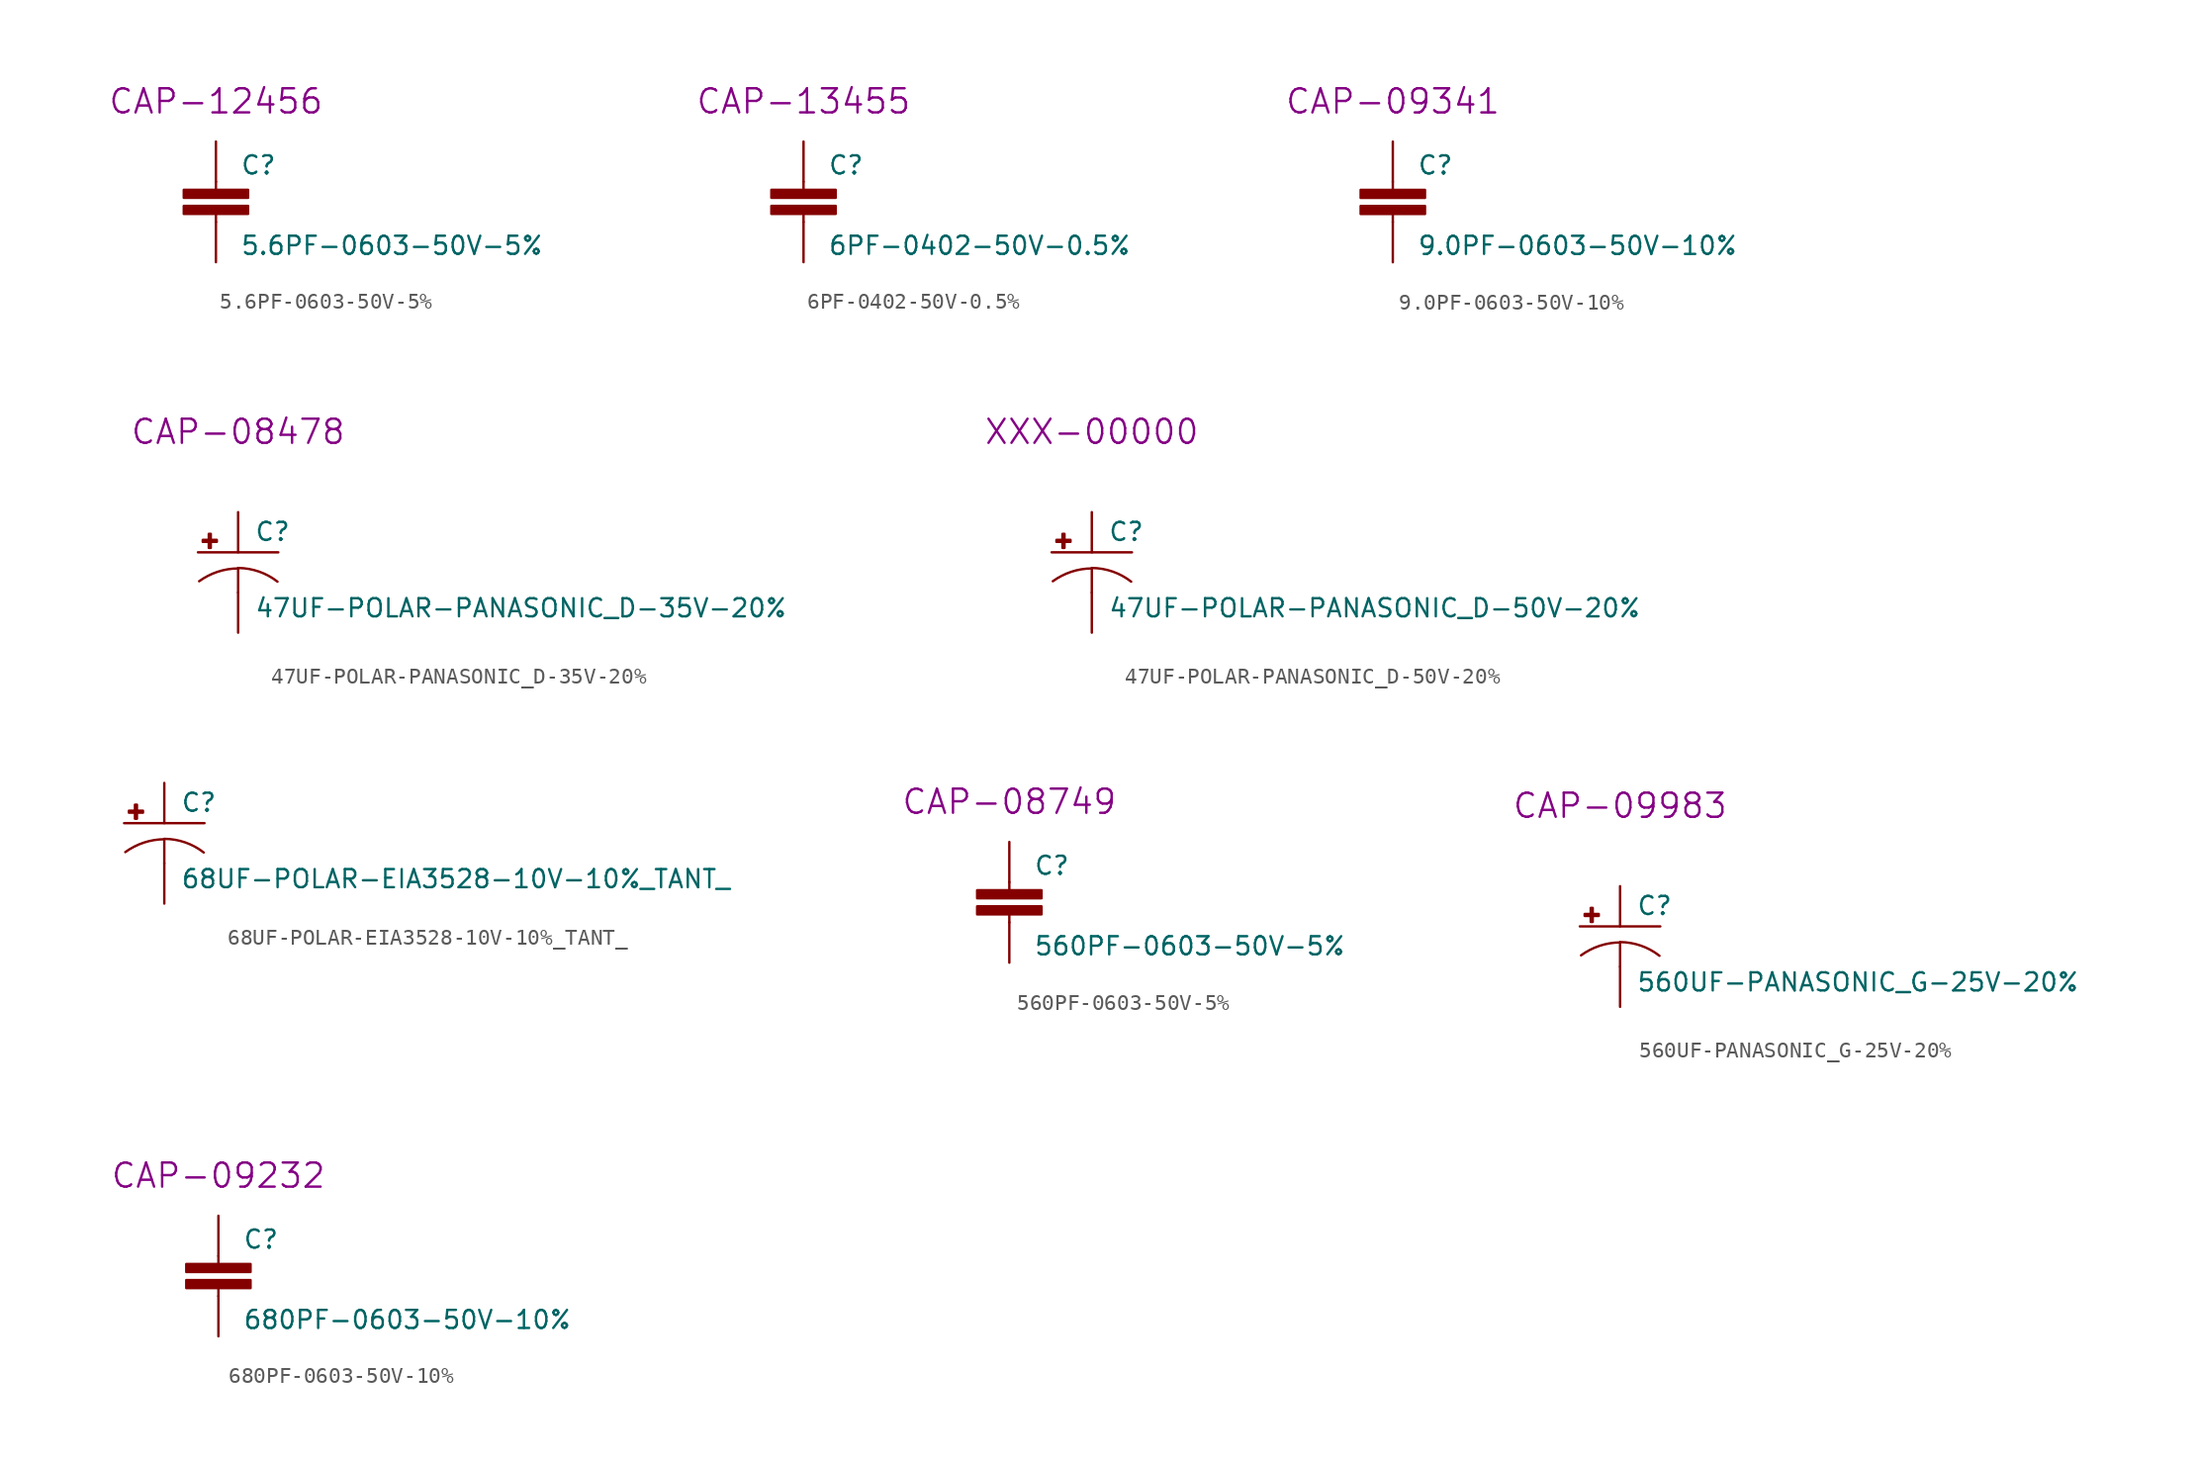
<source format=kicad_sym>
(kicad_symbol_lib
  (version 20211014)
  (generator kicad_symbol_editor)
  (symbol "5.6PF-0603-50V-5%"
    (pin_numbers hide)
    (pin_names
      (offset 1.016) hide)
    (property "Reference" "C"
      (at 1.524 2.921 0)
      (effects (font (size 1.143 1.143)) (justify left bottom)))
    (property "Value" "5.6PF-0603-50V-5%"
      (at 1.524 -2.159 0)
      (effects (font (size 1.143 1.143)) (justify left bottom)))
    (property "Field4" "CAP-12456"
      (at 0 7.62 0)
      (effects (font (size 1.524 1.524))))
    (property "ki_locked" ""
      (at 0 0 0)
      (effects (font (size 1.27 1.27))))
    (symbol "5.6PF-0603-50V-5%_1_0"
      (polyline (pts (xy 0 0) (xy 0 0.508)) (stroke (width 0) (type default) (color 0 0 0 0)) (fill (type none)))
      (polyline (pts (xy 0 2.54) (xy 0 2.032)) (stroke (width 0) (type default) (color 0 0 0 0)) (fill (type none))))
    (symbol "5.6PF-0603-50V-5%_1_1"
      (rectangle (start -2.032 0.508) (end 2.032 1.016) (stroke (width 0) (type default) (color 0 0 0 0)) (fill (type outline)))
      (rectangle (start -2.032 1.524) (end 2.032 2.032) (stroke (width 0) (type default) (color 0 0 0 0)) (fill (type outline)))
      (pin passive line (at 0 5.08 270) (length 2.54) (name "1" (effects (font (size 1.016 1.016)))) (number "1" (effects (font (size 1.016 1.016)))))
      (pin passive line (at 0 -2.54 90) (length 2.54) (name "2" (effects (font (size 1.016 1.016)))) (number "2" (effects (font (size 1.016 1.016)))))))
  (symbol "6PF-0402-50V-0.5%"
    (pin_numbers hide)
    (pin_names
      (offset 1.016) hide)
    (property "Reference" "C"
      (at 1.524 2.921 0)
      (effects (font (size 1.143 1.143)) (justify left bottom)))
    (property "Value" "6PF-0402-50V-0.5%"
      (at 1.524 -2.159 0)
      (effects (font (size 1.143 1.143)) (justify left bottom)))
    (property "Field4" "CAP-13455"
      (at 0 7.62 0)
      (effects (font (size 1.524 1.524))))
    (property "ki_locked" ""
      (at 0 0 0)
      (effects (font (size 1.27 1.27))))
    (symbol "6PF-0402-50V-0.5%_1_0"
      (polyline (pts (xy 0 0) (xy 0 0.508)) (stroke (width 0) (type default) (color 0 0 0 0)) (fill (type none)))
      (polyline (pts (xy 0 2.54) (xy 0 2.032)) (stroke (width 0) (type default) (color 0 0 0 0)) (fill (type none))))
    (symbol "6PF-0402-50V-0.5%_1_1"
      (rectangle (start -2.032 0.508) (end 2.032 1.016) (stroke (width 0) (type default) (color 0 0 0 0)) (fill (type outline)))
      (rectangle (start -2.032 1.524) (end 2.032 2.032) (stroke (width 0) (type default) (color 0 0 0 0)) (fill (type outline)))
      (pin passive line (at 0 5.08 270) (length 2.54) (name "1" (effects (font (size 1.016 1.016)))) (number "1" (effects (font (size 1.016 1.016)))))
      (pin passive line (at 0 -2.54 90) (length 2.54) (name "2" (effects (font (size 1.016 1.016)))) (number "2" (effects (font (size 1.016 1.016)))))))
  (symbol "9.0PF-0603-50V-10%"
    (pin_numbers hide)
    (pin_names
      (offset 1.016) hide)
    (property "Reference" "C"
      (at 1.524 2.921 0)
      (effects (font (size 1.143 1.143)) (justify left bottom)))
    (property "Value" "9.0PF-0603-50V-10%"
      (at 1.524 -2.159 0)
      (effects (font (size 1.143 1.143)) (justify left bottom)))
    (property "Field4" "CAP-09341"
      (at 0 7.62 0)
      (effects (font (size 1.524 1.524))))
    (property "ki_locked" ""
      (at 0 0 0)
      (effects (font (size 1.27 1.27))))
    (symbol "9.0PF-0603-50V-10%_1_0"
      (polyline (pts (xy 0 0) (xy 0 0.508)) (stroke (width 0) (type default) (color 0 0 0 0)) (fill (type none)))
      (polyline (pts (xy 0 2.54) (xy 0 2.032)) (stroke (width 0) (type default) (color 0 0 0 0)) (fill (type none))))
    (symbol "9.0PF-0603-50V-10%_1_1"
      (rectangle (start -2.032 0.508) (end 2.032 1.016) (stroke (width 0) (type default) (color 0 0 0 0)) (fill (type outline)))
      (rectangle (start -2.032 1.524) (end 2.032 2.032) (stroke (width 0) (type default) (color 0 0 0 0)) (fill (type outline)))
      (pin passive line (at 0 5.08 270) (length 2.54) (name "1" (effects (font (size 1.016 1.016)))) (number "1" (effects (font (size 1.016 1.016)))))
      (pin passive line (at 0 -2.54 90) (length 2.54) (name "2" (effects (font (size 1.016 1.016)))) (number "2" (effects (font (size 1.016 1.016)))))))
  (symbol "47UF-POLAR-PANASONIC_D-35V-20%"
    (pin_numbers hide)
    (pin_names
      (offset 1.016) hide)
    (property "Reference" "C"
      (at 1.016 0.635 0)
      (effects (font (size 1.143 1.143)) (justify left bottom)))
    (property "Value" "47UF-POLAR-PANASONIC_D-35V-20%"
      (at 1.016 -4.191 0)
      (effects (font (size 1.143 1.143)) (justify left bottom)))
    (property "Field4" "CAP-08478"
      (at 0 7.62 0)
      (effects (font (size 1.524 1.524))))
    (property "ki_locked" ""
      (at 0 0 0)
      (effects (font (size 1.27 1.27))))
    (symbol "47UF-POLAR-PANASONIC_D-35V-20%_1_0"
      (polyline (pts (xy -2.54 0) (xy 2.54 0)) (stroke (width 0) (type default) (color 0 0 0 0)) (fill (type none)))
      (polyline (pts (xy 0 -1.016) (xy 0 -2.54)) (stroke (width 0) (type default) (color 0 0 0 0)) (fill (type none))))
    (symbol "47UF-POLAR-PANASONIC_D-35V-20%_1_1"
      (rectangle (start -2.235 0.66) (end -1.346 0.787) (stroke (width 0) (type default) (color 0 0 0 0)) (fill (type outline)))
      (rectangle (start -1.854 0.279) (end -1.727 1.168) (stroke (width 0) (type default) (color 0 0 0 0)) (fill (type outline)))
      (arc (start 0 -1.016) (mid -1.2939 -1.2289) (end -2.4638 -1.8288) (stroke (width 0) (type default) (color 0 0 0 0)) (fill (type none)))
      (arc (start 2.4892 -1.8542) (mid 1.3167 -1.2157) (end 0 -0.9906) (stroke (width 0) (type default) (color 0 0 0 0)) (fill (type none)))
      (pin passive line (at 0 2.54 270) (length 2.54) (name "+" (effects (font (size 1.016 1.016)))) (number "+" (effects (font (size 1.016 1.016)))))
      (pin passive line (at 0 -5.08 90) (length 2.54) (name "-" (effects (font (size 1.016 1.016)))) (number "-" (effects (font (size 1.016 1.016)))))))
  (symbol "47UF-POLAR-PANASONIC_D-50V-20%"
    (pin_numbers hide)
    (pin_names
      (offset 1.016) hide)
    (property "Reference" "C"
      (at 1.016 0.635 0)
      (effects (font (size 1.143 1.143)) (justify left bottom)))
    (property "Value" "47UF-POLAR-PANASONIC_D-50V-20%"
      (at 1.016 -4.191 0)
      (effects (font (size 1.143 1.143)) (justify left bottom)))
    (property "Field4" "XXX-00000"
      (at 0 7.62 0)
      (effects (font (size 1.524 1.524))))
    (property "ki_locked" ""
      (at 0 0 0)
      (effects (font (size 1.27 1.27))))
    (symbol "47UF-POLAR-PANASONIC_D-50V-20%_1_0"
      (polyline (pts (xy -2.54 0) (xy 2.54 0)) (stroke (width 0) (type default) (color 0 0 0 0)) (fill (type none)))
      (polyline (pts (xy 0 -1.016) (xy 0 -2.54)) (stroke (width 0) (type default) (color 0 0 0 0)) (fill (type none))))
    (symbol "47UF-POLAR-PANASONIC_D-50V-20%_1_1"
      (rectangle (start -2.235 0.66) (end -1.346 0.787) (stroke (width 0) (type default) (color 0 0 0 0)) (fill (type outline)))
      (rectangle (start -1.854 0.279) (end -1.727 1.168) (stroke (width 0) (type default) (color 0 0 0 0)) (fill (type outline)))
      (arc (start 0 -1.016) (mid -1.2939 -1.2289) (end -2.4638 -1.8288) (stroke (width 0) (type default) (color 0 0 0 0)) (fill (type none)))
      (arc (start 2.4892 -1.8542) (mid 1.3167 -1.2157) (end 0 -0.9906) (stroke (width 0) (type default) (color 0 0 0 0)) (fill (type none)))
      (pin passive line (at 0 2.54 270) (length 2.54) (name "+" (effects (font (size 1.016 1.016)))) (number "+" (effects (font (size 1.016 1.016)))))
      (pin passive line (at 0 -5.08 90) (length 2.54) (name "-" (effects (font (size 1.016 1.016)))) (number "-" (effects (font (size 1.016 1.016)))))))
  (symbol "68UF-POLAR-EIA3528-10V-10%_TANT_"
    (pin_numbers hide)
    (pin_names
      (offset 1.016) hide)
    (property "Reference" "C"
      (at 1.016 0.635 0)
      (effects (font (size 1.143 1.143)) (justify left bottom)))
    (property "Value" "68UF-POLAR-EIA3528-10V-10%_TANT_"
      (at 1.016 -4.191 0)
      (effects (font (size 1.143 1.143)) (justify left bottom)))
    (property "ki_locked" ""
      (at 0 0 0)
      (effects (font (size 1.27 1.27))))
    (symbol "68UF-POLAR-EIA3528-10V-10%_TANT__1_0"
      (polyline (pts (xy -2.54 0) (xy 2.54 0)) (stroke (width 0) (type default) (color 0 0 0 0)) (fill (type none)))
      (polyline (pts (xy 0 -1.016) (xy 0 -2.54)) (stroke (width 0) (type default) (color 0 0 0 0)) (fill (type none))))
    (symbol "68UF-POLAR-EIA3528-10V-10%_TANT__1_1"
      (rectangle (start -2.235 0.66) (end -1.346 0.787) (stroke (width 0) (type default) (color 0 0 0 0)) (fill (type outline)))
      (rectangle (start -1.854 0.279) (end -1.727 1.168) (stroke (width 0) (type default) (color 0 0 0 0)) (fill (type outline)))
      (arc (start 0 -1.016) (mid -1.2939 -1.2289) (end -2.4638 -1.8288) (stroke (width 0) (type default) (color 0 0 0 0)) (fill (type none)))
      (arc (start 2.4892 -1.8542) (mid 1.3167 -1.2157) (end 0 -0.9906) (stroke (width 0) (type default) (color 0 0 0 0)) (fill (type none)))
      (pin passive line (at 0 2.54 270) (length 2.54) (name "+" (effects (font (size 1.016 1.016)))) (number "A" (effects (font (size 1.016 1.016)))))
      (pin passive line (at 0 -5.08 90) (length 2.54) (name "-" (effects (font (size 1.016 1.016)))) (number "C" (effects (font (size 1.016 1.016)))))))
  (symbol "560PF-0603-50V-5%"
    (pin_numbers hide)
    (pin_names
      (offset 1.016) hide)
    (property "Reference" "C"
      (at 1.524 2.921 0)
      (effects (font (size 1.143 1.143)) (justify left bottom)))
    (property "Value" "560PF-0603-50V-5%"
      (at 1.524 -2.159 0)
      (effects (font (size 1.143 1.143)) (justify left bottom)))
    (property "Field4" "CAP-08749"
      (at 0 7.62 0)
      (effects (font (size 1.524 1.524))))
    (property "ki_locked" ""
      (at 0 0 0)
      (effects (font (size 1.27 1.27))))
    (symbol "560PF-0603-50V-5%_1_0"
      (polyline (pts (xy 0 0) (xy 0 0.508)) (stroke (width 0) (type default) (color 0 0 0 0)) (fill (type none)))
      (polyline (pts (xy 0 2.54) (xy 0 2.032)) (stroke (width 0) (type default) (color 0 0 0 0)) (fill (type none))))
    (symbol "560PF-0603-50V-5%_1_1"
      (rectangle (start -2.032 0.508) (end 2.032 1.016) (stroke (width 0) (type default) (color 0 0 0 0)) (fill (type outline)))
      (rectangle (start -2.032 1.524) (end 2.032 2.032) (stroke (width 0) (type default) (color 0 0 0 0)) (fill (type outline)))
      (pin passive line (at 0 5.08 270) (length 2.54) (name "1" (effects (font (size 1.016 1.016)))) (number "1" (effects (font (size 1.016 1.016)))))
      (pin passive line (at 0 -2.54 90) (length 2.54) (name "2" (effects (font (size 1.016 1.016)))) (number "2" (effects (font (size 1.016 1.016)))))))
  (symbol "560UF-PANASONIC_G-25V-20%"
    (pin_numbers hide)
    (pin_names
      (offset 1.016) hide)
    (property "Reference" "C"
      (at 1.016 0.635 0)
      (effects (font (size 1.143 1.143)) (justify left bottom)))
    (property "Value" "560UF-PANASONIC_G-25V-20%"
      (at 1.016 -4.191 0)
      (effects (font (size 1.143 1.143)) (justify left bottom)))
    (property "Field4" "CAP-09983"
      (at 0 7.62 0)
      (effects (font (size 1.524 1.524))))
    (property "ki_locked" ""
      (at 0 0 0)
      (effects (font (size 1.27 1.27))))
    (symbol "560UF-PANASONIC_G-25V-20%_1_0"
      (polyline (pts (xy -2.54 0) (xy 2.54 0)) (stroke (width 0) (type default) (color 0 0 0 0)) (fill (type none)))
      (polyline (pts (xy 0 -1.016) (xy 0 -2.54)) (stroke (width 0) (type default) (color 0 0 0 0)) (fill (type none))))
    (symbol "560UF-PANASONIC_G-25V-20%_1_1"
      (rectangle (start -2.235 0.66) (end -1.346 0.787) (stroke (width 0) (type default) (color 0 0 0 0)) (fill (type outline)))
      (rectangle (start -1.854 0.279) (end -1.727 1.168) (stroke (width 0) (type default) (color 0 0 0 0)) (fill (type outline)))
      (arc (start 0 -1.016) (mid -1.2939 -1.2289) (end -2.4638 -1.8288) (stroke (width 0) (type default) (color 0 0 0 0)) (fill (type none)))
      (arc (start 2.4892 -1.8542) (mid 1.3167 -1.2157) (end 0 -0.9906) (stroke (width 0) (type default) (color 0 0 0 0)) (fill (type none)))
      (pin passive line (at 0 2.54 270) (length 2.54) (name "+" (effects (font (size 1.016 1.016)))) (number "+" (effects (font (size 1.016 1.016)))))
      (pin passive line (at 0 -5.08 90) (length 2.54) (name "-" (effects (font (size 1.016 1.016)))) (number "-" (effects (font (size 1.016 1.016)))))))
  (symbol "680PF-0603-50V-10%"
    (pin_numbers hide)
    (pin_names
      (offset 1.016) hide)
    (property "Reference" "C"
      (at 1.524 2.921 0)
      (effects (font (size 1.143 1.143)) (justify left bottom)))
    (property "Value" "680PF-0603-50V-10%"
      (at 1.524 -2.159 0)
      (effects (font (size 1.143 1.143)) (justify left bottom)))
    (property "Field4" "CAP-09232"
      (at 0 7.62 0)
      (effects (font (size 1.524 1.524))))
    (property "ki_locked" ""
      (at 0 0 0)
      (effects (font (size 1.27 1.27))))
    (symbol "680PF-0603-50V-10%_1_0"
      (polyline (pts (xy 0 0) (xy 0 0.508)) (stroke (width 0) (type default) (color 0 0 0 0)) (fill (type none)))
      (polyline (pts (xy 0 2.54) (xy 0 2.032)) (stroke (width 0) (type default) (color 0 0 0 0)) (fill (type none))))
    (symbol "680PF-0603-50V-10%_1_1"
      (rectangle (start -2.032 0.508) (end 2.032 1.016) (stroke (width 0) (type default) (color 0 0 0 0)) (fill (type outline)))
      (rectangle (start -2.032 1.524) (end 2.032 2.032) (stroke (width 0) (type default) (color 0 0 0 0)) (fill (type outline)))
      (pin passive line (at 0 5.08 270) (length 2.54) (name "1" (effects (font (size 1.016 1.016)))) (number "1" (effects (font (size 1.016 1.016)))))
      (pin passive line (at 0 -2.54 90) (length 2.54) (name "2" (effects (font (size 1.016 1.016)))) (number "2" (effects (font (size 1.016 1.016))))))))
</source>
